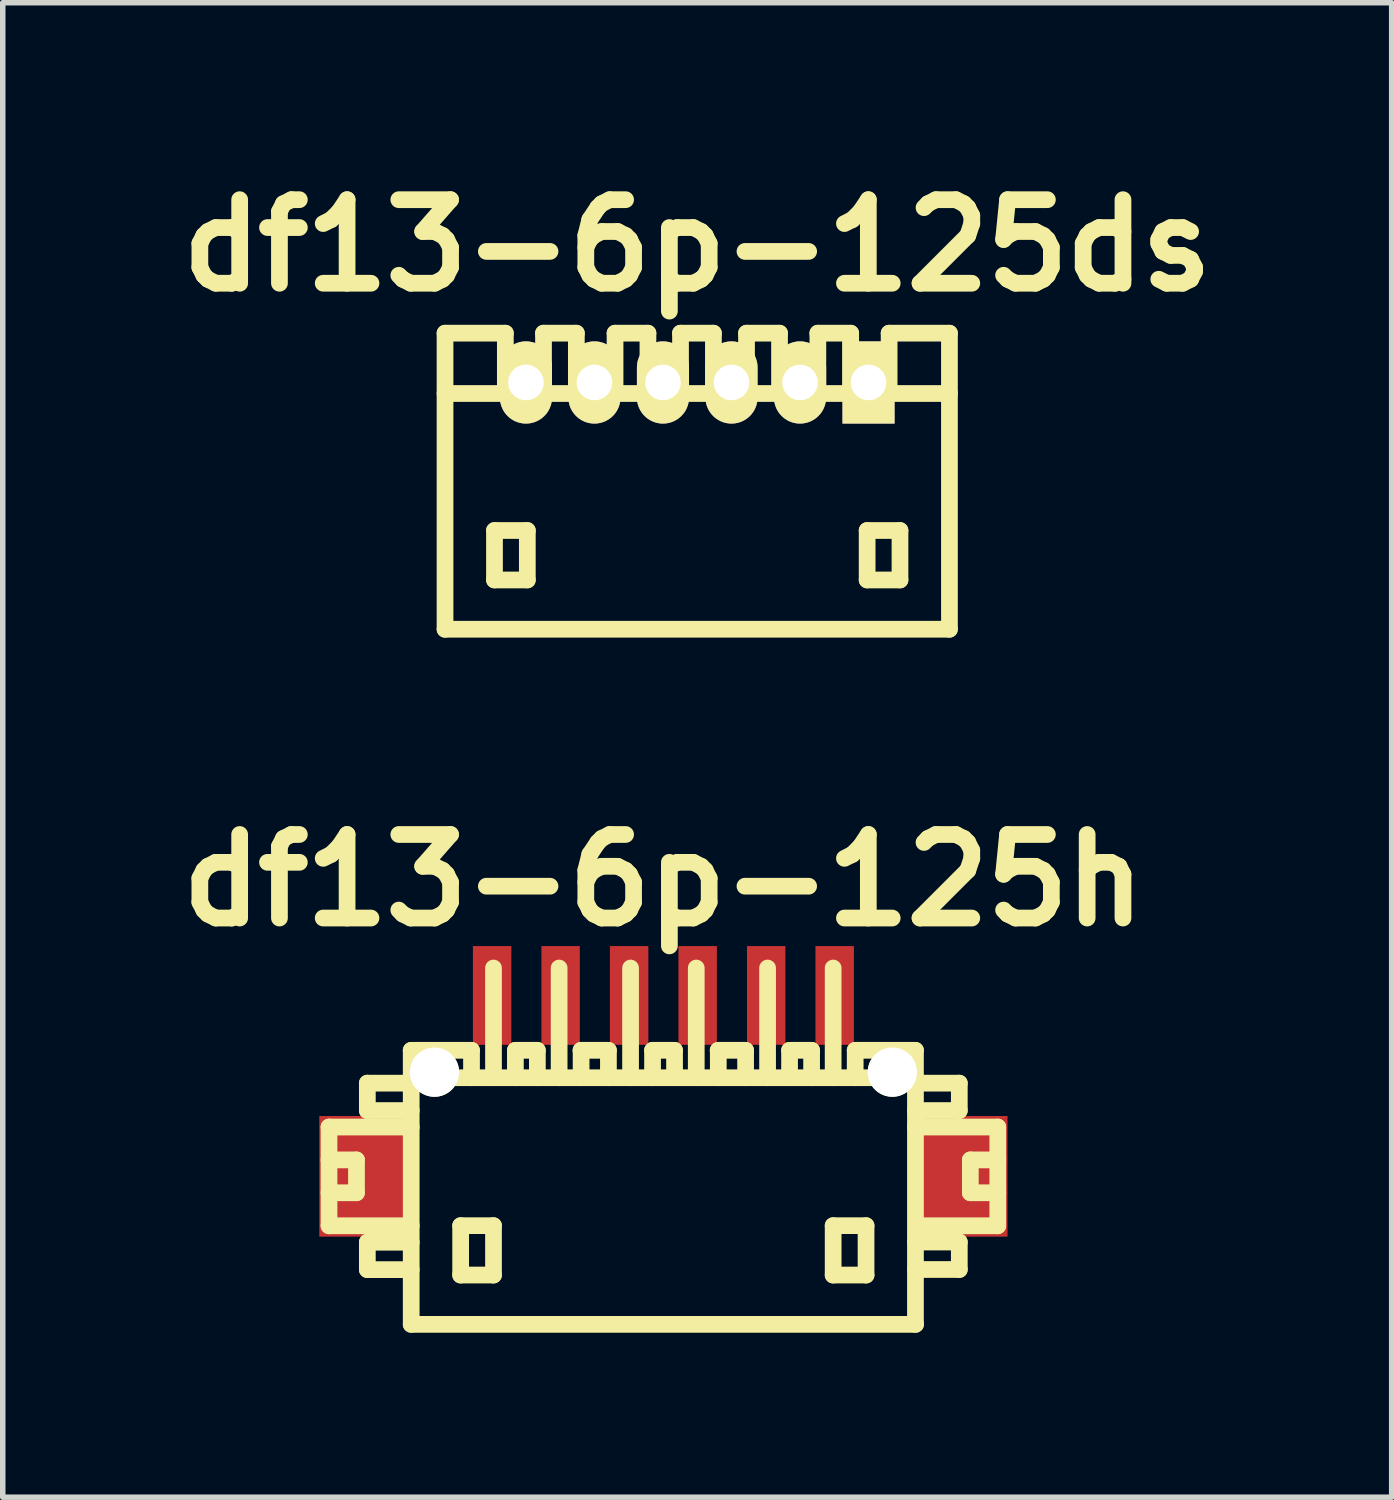
<source format=kicad_pcb>
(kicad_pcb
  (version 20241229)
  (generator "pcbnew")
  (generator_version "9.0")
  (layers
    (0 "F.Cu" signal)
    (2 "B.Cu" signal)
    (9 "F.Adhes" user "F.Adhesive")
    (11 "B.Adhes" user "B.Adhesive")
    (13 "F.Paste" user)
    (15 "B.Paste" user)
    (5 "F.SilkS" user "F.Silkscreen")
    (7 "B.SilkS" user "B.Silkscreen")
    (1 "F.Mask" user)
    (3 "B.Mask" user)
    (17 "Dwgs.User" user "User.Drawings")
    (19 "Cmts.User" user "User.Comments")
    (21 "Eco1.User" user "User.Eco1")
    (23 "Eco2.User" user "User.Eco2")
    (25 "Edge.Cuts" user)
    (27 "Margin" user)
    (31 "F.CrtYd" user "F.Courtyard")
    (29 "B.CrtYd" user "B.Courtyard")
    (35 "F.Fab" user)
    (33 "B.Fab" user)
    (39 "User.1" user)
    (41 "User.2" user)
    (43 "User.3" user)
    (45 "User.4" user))
  (footprint "df13-6p-125h"
    (layer "F.Cu")
    (at 9.05 18.606)
    (property "Reference" "df13-6p-125h" (at 0 -5.601 0) (layer "F.SilkS") (effects (font (size 1.524 1.524) (thickness 0.305))))
    (attr through_hole)
    (fp_line (start -6.099 -1.1) (end -6.099 0.701) (stroke (width 0.305) (type solid)) (layer "F.SilkS"))
    (fp_line (start -6.099 0.701) (end -4.6 0.701) (stroke (width 0.305) (type solid)) (layer "F.SilkS"))
    (fp_line (start -5.598 -0.5) (end -6.099 -0.5) (stroke (width 0.305) (type solid)) (layer "F.SilkS"))
    (fp_line (start -5.598 0.099) (end -6.099 0.099) (stroke (width 0.305) (type solid)) (layer "F.SilkS"))
    (fp_line (start -5.598 0.099) (end -5.598 -0.5) (stroke (width 0.305) (type solid)) (layer "F.SilkS"))
    (fp_line (start -5.4 -1.9) (end -5.4 -1.4) (stroke (width 0.305) (type solid)) (layer "F.SilkS"))
    (fp_line (start -5.4 -1.9) (end -4.6 -1.9) (stroke (width 0.305) (type solid)) (layer "F.SilkS"))
    (fp_line (start -5.4 1.001) (end -5.4 1.501) (stroke (width 0.305) (type solid)) (layer "F.SilkS"))
    (fp_line (start -5.4 1.501) (end -4.6 1.501) (stroke (width 0.305) (type solid)) (layer "F.SilkS"))
    (fp_line (start -4.6 -1.4) (end -5.4 -1.4) (stroke (width 0.305) (type solid)) (layer "F.SilkS"))
    (fp_line (start -4.6 -1.1) (end -6.099 -1.1) (stroke (width 0.305) (type solid)) (layer "F.SilkS"))
    (fp_line (start -4.6 1.001) (end -5.4 1.001) (stroke (width 0.305) (type solid)) (layer "F.SilkS"))
    (fp_line (start -4.6 2.499) (end -4.6 -2.499) (stroke (width 0.305) (type solid)) (layer "F.SilkS"))
    (fp_line (start -4.6 2.499) (end 4.6 2.499) (stroke (width 0.305) (type solid)) (layer "F.SilkS"))
    (fp_line (start -3.698 0.699) (end -3.698 1.6) (stroke (width 0.305) (type solid)) (layer "F.SilkS"))
    (fp_line (start -3.698 1.6) (end -3.099 1.6) (stroke (width 0.305) (type solid)) (layer "F.SilkS"))
    (fp_line (start -3.5 -2.499) (end -4.6 -2.499) (stroke (width 0.305) (type solid)) (layer "F.SilkS"))
    (fp_line (start -3.5 -2.499) (end -3.5 -1.999) (stroke (width 0.305) (type solid)) (layer "F.SilkS"))
    (fp_line (start -3.099 -4) (end -3.099 -1.999) (stroke (width 0.305) (type solid)) (layer "F.SilkS"))
    (fp_line (start -3.099 0.699) (end -3.698 0.699) (stroke (width 0.305) (type solid)) (layer "F.SilkS"))
    (fp_line (start -3.099 1.6) (end -3.099 0.699) (stroke (width 0.305) (type solid)) (layer "F.SilkS"))
    (fp_line (start -2.7 -2.499) (end -2.7 -1.999) (stroke (width 0.305) (type solid)) (layer "F.SilkS"))
    (fp_line (start -2.299 -2.499) (end -2.7 -2.499) (stroke (width 0.305) (type solid)) (layer "F.SilkS"))
    (fp_line (start -2.299 -2.499) (end -2.299 -1.999) (stroke (width 0.305) (type solid)) (layer "F.SilkS"))
    (fp_line (start -1.902 -1.999) (end -1.902 -4) (stroke (width 0.305) (type solid)) (layer "F.SilkS"))
    (fp_line (start -1.504 -2.499) (end -1.003 -2.499) (stroke (width 0.305) (type solid)) (layer "F.SilkS"))
    (fp_line (start -1.501 -1.999) (end -1.501 -2.499) (stroke (width 0.305) (type solid)) (layer "F.SilkS"))
    (fp_line (start -1.003 -2.499) (end -1.003 -1.999) (stroke (width 0.305) (type solid)) (layer "F.SilkS"))
    (fp_line (start -0.599 -1.999) (end -0.599 -4) (stroke (width 0.305) (type solid)) (layer "F.SilkS"))
    (fp_line (start -0.198 -2.499) (end -0.198 -1.999) (stroke (width 0.305) (type solid)) (layer "F.SilkS"))
    (fp_line (start 0.203 -2.499) (end -0.198 -2.499) (stroke (width 0.305) (type solid)) (layer "F.SilkS"))
    (fp_line (start 0.203 -2.499) (end 0.203 -1.999) (stroke (width 0.305) (type solid)) (layer "F.SilkS"))
    (fp_line (start 0.599 -1.999) (end 0.599 -4) (stroke (width 0.305) (type solid)) (layer "F.SilkS"))
    (fp_line (start 0.998 -2.499) (end 1.499 -2.499) (stroke (width 0.305) (type solid)) (layer "F.SilkS"))
    (fp_line (start 1.001 -1.999) (end 1.001 -2.499) (stroke (width 0.305) (type solid)) (layer "F.SilkS"))
    (fp_line (start 1.499 -2.499) (end 1.499 -1.999) (stroke (width 0.305) (type solid)) (layer "F.SilkS"))
    (fp_line (start 1.9 -1.999) (end 1.9 -4) (stroke (width 0.305) (type solid)) (layer "F.SilkS"))
    (fp_line (start 2.301 -2.499) (end 2.301 -1.999) (stroke (width 0.305) (type solid)) (layer "F.SilkS"))
    (fp_line (start 2.703 -2.499) (end 2.301 -2.499) (stroke (width 0.305) (type solid)) (layer "F.SilkS"))
    (fp_line (start 2.703 -2.499) (end 2.703 -1.999) (stroke (width 0.305) (type solid)) (layer "F.SilkS"))
    (fp_line (start 3.096 -1.999) (end 3.096 -4) (stroke (width 0.305) (type solid)) (layer "F.SilkS"))
    (fp_line (start 3.096 0.699) (end 3.696 0.699) (stroke (width 0.305) (type solid)) (layer "F.SilkS"))
    (fp_line (start 3.096 1.6) (end 3.096 0.699) (stroke (width 0.305) (type solid)) (layer "F.SilkS"))
    (fp_line (start 3.498 -2.499) (end 3.498 -1.999) (stroke (width 0.305) (type solid)) (layer "F.SilkS"))
    (fp_line (start 3.696 0.699) (end 3.696 1.6) (stroke (width 0.305) (type solid)) (layer "F.SilkS"))
    (fp_line (start 3.696 1.6) (end 3.096 1.6) (stroke (width 0.305) (type solid)) (layer "F.SilkS"))
    (fp_line (start 4.597 -2.499) (end 3.498 -2.499) (stroke (width 0.305) (type solid)) (layer "F.SilkS"))
    (fp_line (start 4.597 -2.499) (end 4.597 2.499) (stroke (width 0.305) (type solid)) (layer "F.SilkS"))
    (fp_line (start 4.597 -1.9) (end 5.397 -1.9) (stroke (width 0.305) (type solid)) (layer "F.SilkS"))
    (fp_line (start 4.597 0.998) (end 5.397 0.998) (stroke (width 0.305) (type solid)) (layer "F.SilkS"))
    (fp_line (start 4.6 -1.999) (end -4.6 -1.999) (stroke (width 0.305) (type solid)) (layer "F.SilkS"))
    (fp_line (start 5.397 -1.9) (end 5.397 -1.4) (stroke (width 0.305) (type solid)) (layer "F.SilkS"))
    (fp_line (start 5.397 -1.4) (end 4.597 -1.4) (stroke (width 0.305) (type solid)) (layer "F.SilkS"))
    (fp_line (start 5.397 0.998) (end 5.397 1.499) (stroke (width 0.305) (type solid)) (layer "F.SilkS"))
    (fp_line (start 5.397 1.499) (end 4.597 1.499) (stroke (width 0.305) (type solid)) (layer "F.SilkS"))
    (fp_line (start 5.598 0.099) (end 5.598 -0.5) (stroke (width 0.305) (type solid)) (layer "F.SilkS"))
    (fp_line (start 6.096 -1.1) (end 4.597 -1.1) (stroke (width 0.305) (type solid)) (layer "F.SilkS"))
    (fp_line (start 6.096 0.701) (end 4.696 0.701) (stroke (width 0.305) (type solid)) (layer "F.SilkS"))
    (fp_line (start 6.099 -1.1) (end 6.099 0.701) (stroke (width 0.305) (type solid)) (layer "F.SilkS"))
    (fp_line (start 6.099 -0.5) (end 5.598 -0.5) (stroke (width 0.305) (type solid)) (layer "F.SilkS"))
    (fp_line (start 6.099 0.099) (end 5.598 0.099) (stroke (width 0.305) (type solid)) (layer "F.SilkS"))
    (pad "" smd rect (at -5.476 -0.201) (size 1.6 2.2) (layers "F.Cu" "F.Mask" "F.Paste"))
    (pad "" np_thru_hole circle (at -4.176 -2.101) (size 0.899 0.899) (drill 0.899) (layers "*.Cu" "*.Mask" "F.SilkS"))
    (pad "" np_thru_hole circle (at 4.176 -2.101) (size 0.899 0.899) (drill 0.899) (layers "*.Cu" "*.Mask" "F.SilkS"))
    (pad "" smd rect (at 5.476 -0.201) (size 1.6 2.2) (layers "F.Cu" "F.Mask" "F.Paste"))
    (pad "1" smd rect (at 3.124 -3.5) (size 0.701 1.801) (layers "F.Cu" "F.Mask" "F.Paste"))
    (pad "2" smd rect (at 1.875 -3.5) (size 0.701 1.801) (layers "F.Cu" "F.Mask" "F.Paste"))
    (pad "3" smd rect (at 0.625 -3.5) (size 0.701 1.801) (layers "F.Cu" "F.Mask" "F.Paste"))
    (pad "4" smd rect (at -0.625 -3.5) (size 0.701 1.801) (layers "F.Cu" "F.Mask" "F.Paste"))
    (pad "5" smd rect (at -1.875 -3.5) (size 0.701 1.801) (layers "F.Cu" "F.Mask" "F.Paste"))
    (pad "6" smd rect (at -3.124 -3.5) (size 0.701 1.801) (layers "F.Cu" "F.Mask" "F.Paste")))
  (footprint "df13-6p-125ds"
    (layer "F.Cu")
    (at 9.667 5.727)
    (property "Reference" "df13-6p-125ds" (at 0 -4.3 0) (layer "F.SilkS") (effects (font (size 1.524 1.524) (thickness 0.305))))
    (attr through_hole)
    (fp_line (start -4.6 2.7) (end -4.6 -2.7) (stroke (width 0.305) (type solid)) (layer "F.SilkS"))
    (fp_line (start -4.6 2.7) (end 4.6 2.7) (stroke (width 0.305) (type solid)) (layer "F.SilkS"))
    (fp_line (start -3.698 0.899) (end -3.698 1.801) (stroke (width 0.305) (type solid)) (layer "F.SilkS"))
    (fp_line (start -3.698 1.801) (end -3.099 1.801) (stroke (width 0.305) (type solid)) (layer "F.SilkS"))
    (fp_line (start -3.5 -2.7) (end -4.6 -2.7) (stroke (width 0.305) (type solid)) (layer "F.SilkS"))
    (fp_line (start -3.5 -1.6) (end -3.5 -2.7) (stroke (width 0.305) (type solid)) (layer "F.SilkS"))
    (fp_line (start -3.099 0.899) (end -3.698 0.899) (stroke (width 0.305) (type solid)) (layer "F.SilkS"))
    (fp_line (start -3.099 1.801) (end -3.099 0.899) (stroke (width 0.305) (type solid)) (layer "F.SilkS"))
    (fp_line (start -2.804 -1.6) (end -2.804 -2.7) (stroke (width 0.305) (type solid)) (layer "F.SilkS"))
    (fp_line (start -2.205 -2.7) (end -2.804 -2.7) (stroke (width 0.305) (type solid)) (layer "F.SilkS"))
    (fp_line (start -2.205 -1.6) (end -2.205 -2.7) (stroke (width 0.305) (type solid)) (layer "F.SilkS"))
    (fp_line (start -1.499 -2.7) (end -0.899 -2.7) (stroke (width 0.305) (type solid)) (layer "F.SilkS"))
    (fp_line (start -1.499 -1.6) (end -1.499 -2.7) (stroke (width 0.305) (type solid)) (layer "F.SilkS"))
    (fp_line (start -0.899 -2.7) (end -0.899 -1.6) (stroke (width 0.305) (type solid)) (layer "F.SilkS"))
    (fp_line (start -0.305 -2.7) (end 0.295 -2.7) (stroke (width 0.305) (type solid)) (layer "F.SilkS"))
    (fp_line (start -0.305 -1.6) (end -0.305 -2.7) (stroke (width 0.305) (type solid)) (layer "F.SilkS"))
    (fp_line (start 0.295 -2.7) (end 0.295 -1.6) (stroke (width 0.305) (type solid)) (layer "F.SilkS"))
    (fp_line (start 0.899 -2.7) (end 1.501 -2.7) (stroke (width 0.305) (type solid)) (layer "F.SilkS"))
    (fp_line (start 0.899 -1.6) (end 0.899 -2.7) (stroke (width 0.305) (type solid)) (layer "F.SilkS"))
    (fp_line (start 1.501 -2.7) (end 1.501 -1.6) (stroke (width 0.305) (type solid)) (layer "F.SilkS"))
    (fp_line (start 2.2 -2.7) (end 2.799 -2.7) (stroke (width 0.305) (type solid)) (layer "F.SilkS"))
    (fp_line (start 2.2 -1.6) (end 2.2 -2.7) (stroke (width 0.305) (type solid)) (layer "F.SilkS"))
    (fp_line (start 2.799 -2.7) (end 2.799 -1.6) (stroke (width 0.305) (type solid)) (layer "F.SilkS"))
    (fp_line (start 3.099 0.899) (end 3.698 0.899) (stroke (width 0.305) (type solid)) (layer "F.SilkS"))
    (fp_line (start 3.099 1.801) (end 3.099 0.899) (stroke (width 0.305) (type solid)) (layer "F.SilkS"))
    (fp_line (start 3.5 -1.6) (end 3.5 -2.7) (stroke (width 0.305) (type solid)) (layer "F.SilkS"))
    (fp_line (start 3.698 0.899) (end 3.698 1.801) (stroke (width 0.305) (type solid)) (layer "F.SilkS"))
    (fp_line (start 3.698 1.801) (end 3.099 1.801) (stroke (width 0.305) (type solid)) (layer "F.SilkS"))
    (fp_line (start 4.6 -2.7) (end 3.5 -2.7) (stroke (width 0.305) (type solid)) (layer "F.SilkS"))
    (fp_line (start 4.6 -1.6) (end -4.6 -1.6) (stroke (width 0.305) (type solid)) (layer "F.SilkS"))
    (fp_line (start 4.6 2.7) (end 4.6 -2.7) (stroke (width 0.305) (type solid)) (layer "F.SilkS"))
    (pad "1" thru_hole rect (at 3.124 -1.801) (size 0.95 1.499) (drill 0.648) (layers "*.Cu" "*.Mask" "F.SilkS"))
    (pad "2" thru_hole oval (at 1.875 -1.801) (size 0.95 1.499) (drill 0.648) (layers "*.Cu" "*.Mask" "F.SilkS"))
    (pad "3" thru_hole oval (at 0.625 -1.801) (size 0.95 1.499) (drill 0.648) (layers "*.Cu" "*.Mask" "F.SilkS"))
    (pad "4" thru_hole oval (at -0.625 -1.801) (size 0.95 1.499) (drill 0.648) (layers "*.Cu" "*.Mask" "F.SilkS"))
    (pad "5" thru_hole oval (at -1.875 -1.801) (size 0.95 1.499) (drill 0.648) (layers "*.Cu" "*.Mask" "F.SilkS"))
    (pad "6" thru_hole oval (at -3.124 -1.801) (size 0.95 1.499) (drill 0.648) (layers "*.Cu" "*.Mask" "F.SilkS")))
  (gr_rect
    (start -3 -3)
    (end 22.333 24.258)
    (stroke (width 0.1) (type default))
    (fill no)
    (layer "Edge.Cuts")))
</source>
